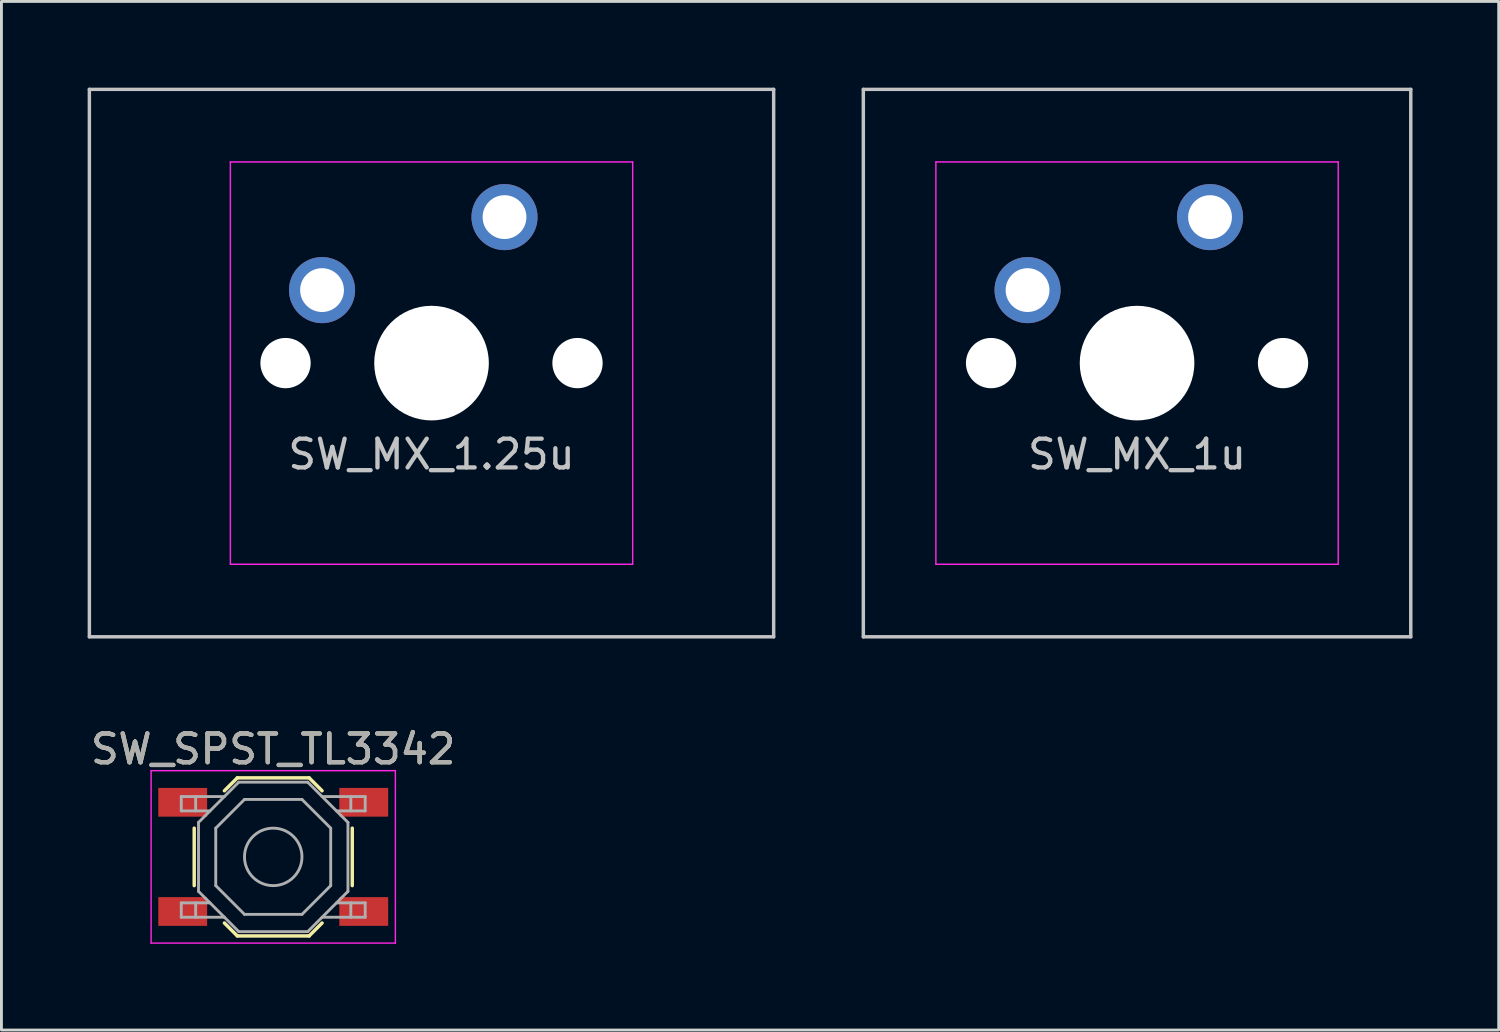
<source format=kicad_pcb>
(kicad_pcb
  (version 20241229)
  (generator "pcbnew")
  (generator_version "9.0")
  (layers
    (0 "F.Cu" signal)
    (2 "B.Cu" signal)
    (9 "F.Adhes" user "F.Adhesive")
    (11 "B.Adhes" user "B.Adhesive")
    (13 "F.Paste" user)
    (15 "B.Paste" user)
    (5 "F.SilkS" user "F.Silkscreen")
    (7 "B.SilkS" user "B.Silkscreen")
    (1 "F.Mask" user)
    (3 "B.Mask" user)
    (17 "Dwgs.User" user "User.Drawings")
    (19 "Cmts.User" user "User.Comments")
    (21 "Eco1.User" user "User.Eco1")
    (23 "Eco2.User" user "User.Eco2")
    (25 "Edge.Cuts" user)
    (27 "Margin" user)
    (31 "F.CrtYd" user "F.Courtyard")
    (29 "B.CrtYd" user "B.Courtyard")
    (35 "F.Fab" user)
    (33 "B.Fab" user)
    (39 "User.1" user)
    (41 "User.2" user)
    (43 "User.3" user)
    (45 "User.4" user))
  (footprint "SW_MX_1.25u"
    (layer "F.Cu")
    (at 11.966 9.585)
    (property "Reference" "SW_MX_1.25u" (at 0 3.175 0) (layer "Dwgs.User") (effects (font (size 1 1) (thickness 0.15))))
    (attr through_hole exclude_from_pos_files)
    (fp_line (start -11.906 -9.525) (end -11.906 9.525) (stroke (width 0.12) (type solid)) (layer "Dwgs.User"))
    (fp_line (start -11.906 9.525) (end 11.906 9.525) (stroke (width 0.12) (type solid)) (layer "Dwgs.User"))
    (fp_line (start 11.906 -9.525) (end -11.906 -9.525) (stroke (width 0.12) (type solid)) (layer "Dwgs.User"))
    (fp_line (start 11.906 9.525) (end 11.906 -9.525) (stroke (width 0.12) (type solid)) (layer "Dwgs.User"))
    (fp_line (start -7 6.5) (end -7 -6.5) (stroke (width 0.05) (type solid)) (layer "Eco2.User"))
    (fp_line (start -6.5 -7) (end 6.5 -7) (stroke (width 0.05) (type solid)) (layer "Eco2.User"))
    (fp_line (start 6.5 7) (end -6.5 7) (stroke (width 0.05) (type solid)) (layer "Eco2.User"))
    (fp_line (start 7 -6.5) (end 7 6.5) (stroke (width 0.05) (type solid)) (layer "Eco2.User"))
    (fp_arc (start -7 -6.5) (mid -6.853553 -6.853553) (end -6.5 -7) (stroke (width 0.05) (type solid)) (layer "Eco2.User"))
    (fp_arc (start -6.5 7) (mid -6.853553 6.853553) (end -7 6.5) (stroke (width 0.05) (type solid)) (layer "Eco2.User"))
    (fp_arc (start 6.5 -7) (mid 6.853553 -6.853553) (end 7 -6.5) (stroke (width 0.05) (type solid)) (layer "Eco2.User"))
    (fp_arc (start 6.997236 6.498884) (mid 6.850806 6.852455) (end 6.497236 6.998884) (stroke (width 0.05) (type solid)) (layer "Eco2.User"))
    (fp_line (start -7 -7) (end -7 7) (stroke (width 0.05) (type solid)) (layer "F.CrtYd"))
    (fp_line (start -7 7) (end 7 7) (stroke (width 0.05) (type solid)) (layer "F.CrtYd"))
    (fp_line (start 7 -7) (end -7 -7) (stroke (width 0.05) (type solid)) (layer "F.CrtYd"))
    (fp_line (start 7 7) (end 7 -7) (stroke (width 0.05) (type solid)) (layer "F.CrtYd"))
    (pad "" np_thru_hole circle (at -5.08 0) (size 1.75 1.75) (drill 1.75) (layers "*.Cu" "*.Mask"))
    (pad "" np_thru_hole circle (at 0 0) (size 3.988 3.988) (drill 3.988) (layers "*.Cu" "*.Mask"))
    (pad "" np_thru_hole circle (at 5.08 0) (size 1.75 1.75) (drill 1.75) (layers "*.Cu" "*.Mask"))
    (pad "1" thru_hole circle (at -3.81 -2.54) (size 2.3 2.3) (drill 1.524) (layers "*.Cu" "B.Mask"))
    (pad "2" thru_hole circle (at 2.54 -5.08) (size 2.3 2.3) (drill 1.524) (layers "*.Cu" "B.Mask")))
  (footprint "SW_MX_1u"
    (layer "F.Cu")
    (at 36.517 9.585)
    (property "Reference" "SW_MX_1u" (at 0 3.175 0) (layer "Dwgs.User") (effects (font (size 1 1) (thickness 0.15))))
    (attr through_hole exclude_from_pos_files)
    (fp_line (start -9.525 -9.525) (end -9.525 9.525) (stroke (width 0.12) (type solid)) (layer "Dwgs.User"))
    (fp_line (start -9.525 9.525) (end 9.525 9.525) (stroke (width 0.12) (type solid)) (layer "Dwgs.User"))
    (fp_line (start 9.525 -9.525) (end -9.525 -9.525) (stroke (width 0.12) (type solid)) (layer "Dwgs.User"))
    (fp_line (start 9.525 9.525) (end 9.525 -9.525) (stroke (width 0.12) (type solid)) (layer "Dwgs.User"))
    (fp_line (start -7 6.5) (end -7 -6.5) (stroke (width 0.05) (type solid)) (layer "Eco2.User"))
    (fp_line (start -6.5 -7) (end 6.5 -7) (stroke (width 0.05) (type solid)) (layer "Eco2.User"))
    (fp_line (start 6.5 7) (end -6.5 7) (stroke (width 0.05) (type solid)) (layer "Eco2.User"))
    (fp_line (start 7 -6.5) (end 7 6.5) (stroke (width 0.05) (type solid)) (layer "Eco2.User"))
    (fp_arc (start -7 -6.5) (mid -6.853553 -6.853553) (end -6.5 -7) (stroke (width 0.05) (type solid)) (layer "Eco2.User"))
    (fp_arc (start -6.5 7) (mid -6.853553 6.853553) (end -7 6.5) (stroke (width 0.05) (type solid)) (layer "Eco2.User"))
    (fp_arc (start 6.5 -7) (mid 6.853553 -6.853553) (end 7 -6.5) (stroke (width 0.05) (type solid)) (layer "Eco2.User"))
    (fp_arc (start 6.997236 6.498884) (mid 6.850806 6.852455) (end 6.497236 6.998884) (stroke (width 0.05) (type solid)) (layer "Eco2.User"))
    (fp_line (start -7 -7) (end -7 7) (stroke (width 0.05) (type solid)) (layer "F.CrtYd"))
    (fp_line (start -7 7) (end 7 7) (stroke (width 0.05) (type solid)) (layer "F.CrtYd"))
    (fp_line (start 7 -7) (end -7 -7) (stroke (width 0.05) (type solid)) (layer "F.CrtYd"))
    (fp_line (start 7 7) (end 7 -7) (stroke (width 0.05) (type solid)) (layer "F.CrtYd"))
    (pad "" np_thru_hole circle (at -5.08 0) (size 1.75 1.75) (drill 1.75) (layers "*.Cu" "*.Mask"))
    (pad "" np_thru_hole circle (at 0 0) (size 3.988 3.988) (drill 3.988) (layers "*.Cu" "*.Mask"))
    (pad "" np_thru_hole circle (at 5.08 0) (size 1.75 1.75) (drill 1.75) (layers "*.Cu" "*.Mask"))
    (pad "1" thru_hole circle (at -3.81 -2.54) (size 2.3 2.3) (drill 1.524) (layers "*.Cu" "B.Mask"))
    (pad "2" thru_hole circle (at 2.54 -5.08) (size 2.3 2.3) (drill 1.524) (layers "*.Cu" "B.Mask")))
  (footprint "SW_SPST_TL3342"
    (layer "F.Cu")
    (at 6.458 26.768)
    (property "Reference" "SW_SPST_TL3342" (at 0 -3.75 0) (layer "F.SilkS") (effects (font (size 1 1) (thickness 0.15))))
    (attr smd)
    (fp_line (start -2.75 -1) (end -2.75 1) (stroke (width 0.12) (type solid)) (layer "F.SilkS"))
    (fp_line (start -1.7 -2.3) (end -1.25 -2.75) (stroke (width 0.12) (type solid)) (layer "F.SilkS"))
    (fp_line (start -1.7 2.3) (end -1.25 2.75) (stroke (width 0.12) (type solid)) (layer "F.SilkS"))
    (fp_line (start -1.25 -2.75) (end 1.25 -2.75) (stroke (width 0.12) (type solid)) (layer "F.SilkS"))
    (fp_line (start -1.25 2.75) (end 1.25 2.75) (stroke (width 0.12) (type solid)) (layer "F.SilkS"))
    (fp_line (start 1.7 -2.3) (end 1.25 -2.75) (stroke (width 0.12) (type solid)) (layer "F.SilkS"))
    (fp_line (start 1.7 2.3) (end 1.25 2.75) (stroke (width 0.12) (type solid)) (layer "F.SilkS"))
    (fp_line (start 2.75 -1) (end 2.75 1) (stroke (width 0.12) (type solid)) (layer "F.SilkS"))
    (fp_line (start -4.25 -3) (end 4.25 -3) (stroke (width 0.05) (type solid)) (layer "F.CrtYd"))
    (fp_line (start -4.25 3) (end -4.25 -3) (stroke (width 0.05) (type solid)) (layer "F.CrtYd"))
    (fp_line (start 4.25 -3) (end 4.25 3) (stroke (width 0.05) (type solid)) (layer "F.CrtYd"))
    (fp_line (start 4.25 3) (end -4.25 3) (stroke (width 0.05) (type solid)) (layer "F.CrtYd"))
    (fp_line (start -3.2 -2.1) (end -3.2 -1.6) (stroke (width 0.1) (type solid)) (layer "F.Fab"))
    (fp_line (start -3.2 -1.6) (end -2.2 -1.6) (stroke (width 0.1) (type solid)) (layer "F.Fab"))
    (fp_line (start -3.2 1.6) (end -2.2 1.6) (stroke (width 0.1) (type solid)) (layer "F.Fab"))
    (fp_line (start -3.2 2.1) (end -3.2 1.6) (stroke (width 0.1) (type solid)) (layer "F.Fab"))
    (fp_line (start -2.7 -2.1) (end -2.7 -1.6) (stroke (width 0.1) (type solid)) (layer "F.Fab"))
    (fp_line (start -2.7 2.1) (end -2.7 1.6) (stroke (width 0.1) (type solid)) (layer "F.Fab"))
    (fp_line (start -2.6 -1.2) (end -2.6 1.2) (stroke (width 0.1) (type solid)) (layer "F.Fab"))
    (fp_line (start -2.6 1.2) (end -1.2 2.6) (stroke (width 0.1) (type solid)) (layer "F.Fab"))
    (fp_line (start -2 -1) (end -1 -2) (stroke (width 0.1) (type solid)) (layer "F.Fab"))
    (fp_line (start -2 1) (end -2 -1) (stroke (width 0.1) (type solid)) (layer "F.Fab"))
    (fp_line (start -1.7 -2.1) (end -3.2 -2.1) (stroke (width 0.1) (type solid)) (layer "F.Fab"))
    (fp_line (start -1.7 2.1) (end -3.2 2.1) (stroke (width 0.1) (type solid)) (layer "F.Fab"))
    (fp_line (start -1.2 -2.6) (end -2.6 -1.2) (stroke (width 0.1) (type solid)) (layer "F.Fab"))
    (fp_line (start -1.2 2.6) (end 1.2 2.6) (stroke (width 0.1) (type solid)) (layer "F.Fab"))
    (fp_line (start -1 -2) (end 1 -2) (stroke (width 0.1) (type solid)) (layer "F.Fab"))
    (fp_line (start -1 2) (end -2 1) (stroke (width 0.1) (type solid)) (layer "F.Fab"))
    (fp_line (start 1 -2) (end 2 -1) (stroke (width 0.1) (type solid)) (layer "F.Fab"))
    (fp_line (start 1 2) (end -1 2) (stroke (width 0.1) (type solid)) (layer "F.Fab"))
    (fp_line (start 1.2 -2.6) (end -1.2 -2.6) (stroke (width 0.1) (type solid)) (layer "F.Fab"))
    (fp_line (start 1.2 2.6) (end 2.6 1.2) (stroke (width 0.1) (type solid)) (layer "F.Fab"))
    (fp_line (start 1.7 -2.1) (end 3.2 -2.1) (stroke (width 0.1) (type solid)) (layer "F.Fab"))
    (fp_line (start 1.7 2.1) (end 3.2 2.1) (stroke (width 0.1) (type solid)) (layer "F.Fab"))
    (fp_line (start 2 -1) (end 2 1) (stroke (width 0.1) (type solid)) (layer "F.Fab"))
    (fp_line (start 2 1) (end 1 2) (stroke (width 0.1) (type solid)) (layer "F.Fab"))
    (fp_line (start 2.6 -1.2) (end 1.2 -2.6) (stroke (width 0.1) (type solid)) (layer "F.Fab"))
    (fp_line (start 2.6 1.2) (end 2.6 -1.2) (stroke (width 0.1) (type solid)) (layer "F.Fab"))
    (fp_line (start 2.7 -2.1) (end 2.7 -1.6) (stroke (width 0.1) (type solid)) (layer "F.Fab"))
    (fp_line (start 2.7 2.1) (end 2.7 1.6) (stroke (width 0.1) (type solid)) (layer "F.Fab"))
    (fp_line (start 3.2 -2.1) (end 3.2 -1.6) (stroke (width 0.1) (type solid)) (layer "F.Fab"))
    (fp_line (start 3.2 -1.6) (end 2.2 -1.6) (stroke (width 0.1) (type solid)) (layer "F.Fab"))
    (fp_line (start 3.2 1.6) (end 2.2 1.6) (stroke (width 0.1) (type solid)) (layer "F.Fab"))
    (fp_line (start 3.2 2.1) (end 3.2 1.6) (stroke (width 0.1) (type solid)) (layer "F.Fab"))
    (fp_circle (center 0 0) (end 1 0) (stroke (width 0.1) (type solid)) (fill no) (layer "F.Fab"))
    (fp_text user "${REFERENCE}" (at 0 -3.75 0) (layer "F.Fab") (effects (font (size 1 1) (thickness 0.15))))
    (pad "1" smd rect (at -3.15 -1.9 180) (size 1.7 1) (layers "F.Cu" "F.Mask" "F.Paste"))
    (pad "1" smd rect (at 3.15 -1.9 180) (size 1.7 1) (layers "F.Cu" "F.Mask" "F.Paste"))
    (pad "2" smd rect (at -3.15 1.9 180) (size 1.7 1) (layers "F.Cu" "F.Mask" "F.Paste"))
    (pad "2" smd rect (at 3.15 1.9 180) (size 1.7 1) (layers "F.Cu" "F.Mask" "F.Paste")))
  (gr_rect
    (start -3 -3)
    (end 49.102 32.793)
    (stroke (width 0.1) (type default))
    (fill no)
    (layer "Edge.Cuts")))
</source>
